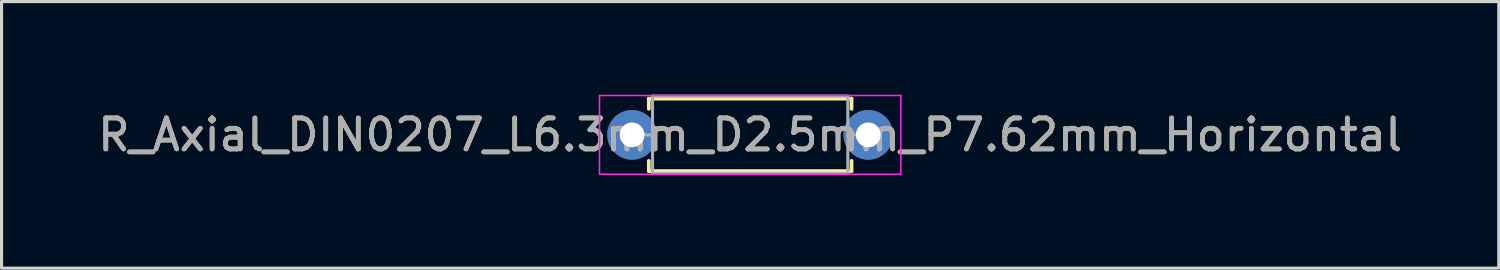
<source format=kicad_pcb>
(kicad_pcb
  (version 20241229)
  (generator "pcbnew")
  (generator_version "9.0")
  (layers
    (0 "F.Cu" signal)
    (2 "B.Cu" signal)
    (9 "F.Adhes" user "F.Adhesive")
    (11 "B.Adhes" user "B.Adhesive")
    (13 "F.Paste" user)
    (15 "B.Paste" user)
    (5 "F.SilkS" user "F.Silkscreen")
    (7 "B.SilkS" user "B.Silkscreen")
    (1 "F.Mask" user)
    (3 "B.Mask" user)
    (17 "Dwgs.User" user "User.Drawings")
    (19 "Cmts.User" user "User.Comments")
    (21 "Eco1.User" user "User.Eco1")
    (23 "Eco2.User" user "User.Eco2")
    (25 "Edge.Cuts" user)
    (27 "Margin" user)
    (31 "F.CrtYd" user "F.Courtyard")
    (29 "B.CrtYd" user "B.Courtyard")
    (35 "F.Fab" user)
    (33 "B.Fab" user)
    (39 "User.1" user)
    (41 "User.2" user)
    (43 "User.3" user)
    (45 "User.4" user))
  (footprint "R_Axial_DIN0207_L6.3mm_D2.5mm_P7.62mm_Horizontal"
    (layer "F.Cu")
    (at 17.339 1.3)
    (property "Reference" "R_Axial_DIN0207_L6.3mm_D2.5mm_P7.62mm_Horizontal" (at 3.81 0 0) (layer "F.SilkS") (effects (font (size 1 1) (thickness 0.15))))
    (attr through_hole)
    (fp_line (start 0.54 -1.168) (end 7.08 -1.168) (stroke (width 0.12) (type solid)) (layer "F.SilkS"))
    (fp_line (start 0.54 -0.838) (end 0.54 -1.168) (stroke (width 0.12) (type solid)) (layer "F.SilkS"))
    (fp_line (start 0.54 0.838) (end 0.54 1.168) (stroke (width 0.12) (type solid)) (layer "F.SilkS"))
    (fp_line (start 0.54 1.168) (end 7.08 1.168) (stroke (width 0.12) (type solid)) (layer "F.SilkS"))
    (fp_line (start 7.08 -1.168) (end 7.08 -0.838) (stroke (width 0.12) (type solid)) (layer "F.SilkS"))
    (fp_line (start 7.08 1.168) (end 7.08 0.838) (stroke (width 0.12) (type solid)) (layer "F.SilkS"))
    (fp_line (start -1.05 -1.27) (end -1.05 1.27) (stroke (width 0.05) (type solid)) (layer "F.CrtYd"))
    (fp_line (start -1.05 1.27) (end 8.67 1.27) (stroke (width 0.05) (type solid)) (layer "F.CrtYd"))
    (fp_line (start 8.67 -1.27) (end -1.05 -1.27) (stroke (width 0.05) (type solid)) (layer "F.CrtYd"))
    (fp_line (start 8.67 1.27) (end 8.67 -1.27) (stroke (width 0.05) (type solid)) (layer "F.CrtYd"))
    (fp_line (start 0 0) (end 0.66 0) (stroke (width 0.1) (type solid)) (layer "F.Fab"))
    (fp_line (start 0.66 -1.25) (end 0.66 1.25) (stroke (width 0.1) (type solid)) (layer "F.Fab"))
    (fp_line (start 0.66 1.25) (end 6.96 1.25) (stroke (width 0.1) (type solid)) (layer "F.Fab"))
    (fp_line (start 6.96 -1.25) (end 0.66 -1.25) (stroke (width 0.1) (type solid)) (layer "F.Fab"))
    (fp_line (start 6.96 1.25) (end 6.96 -1.25) (stroke (width 0.1) (type solid)) (layer "F.Fab"))
    (fp_line (start 7.62 0) (end 6.96 0) (stroke (width 0.1) (type solid)) (layer "F.Fab"))
    (fp_text user "${REFERENCE}" (at 3.81 0 0) (layer "F.Fab") (effects (font (size 1 1) (thickness 0.15))))
    (pad "1" thru_hole circle (at 0 0) (size 1.6 1.6) (drill 0.8) (layers "*.Cu" "*.Mask"))
    (pad "2" thru_hole oval (at 7.62 0) (size 1.6 1.6) (drill 0.8) (layers "*.Cu" "*.Mask")))
  (gr_rect
    (start -3 -3)
    (end 45.298 5.6)
    (stroke (width 0.1) (type default))
    (fill no)
    (layer "Edge.Cuts")))
</source>
